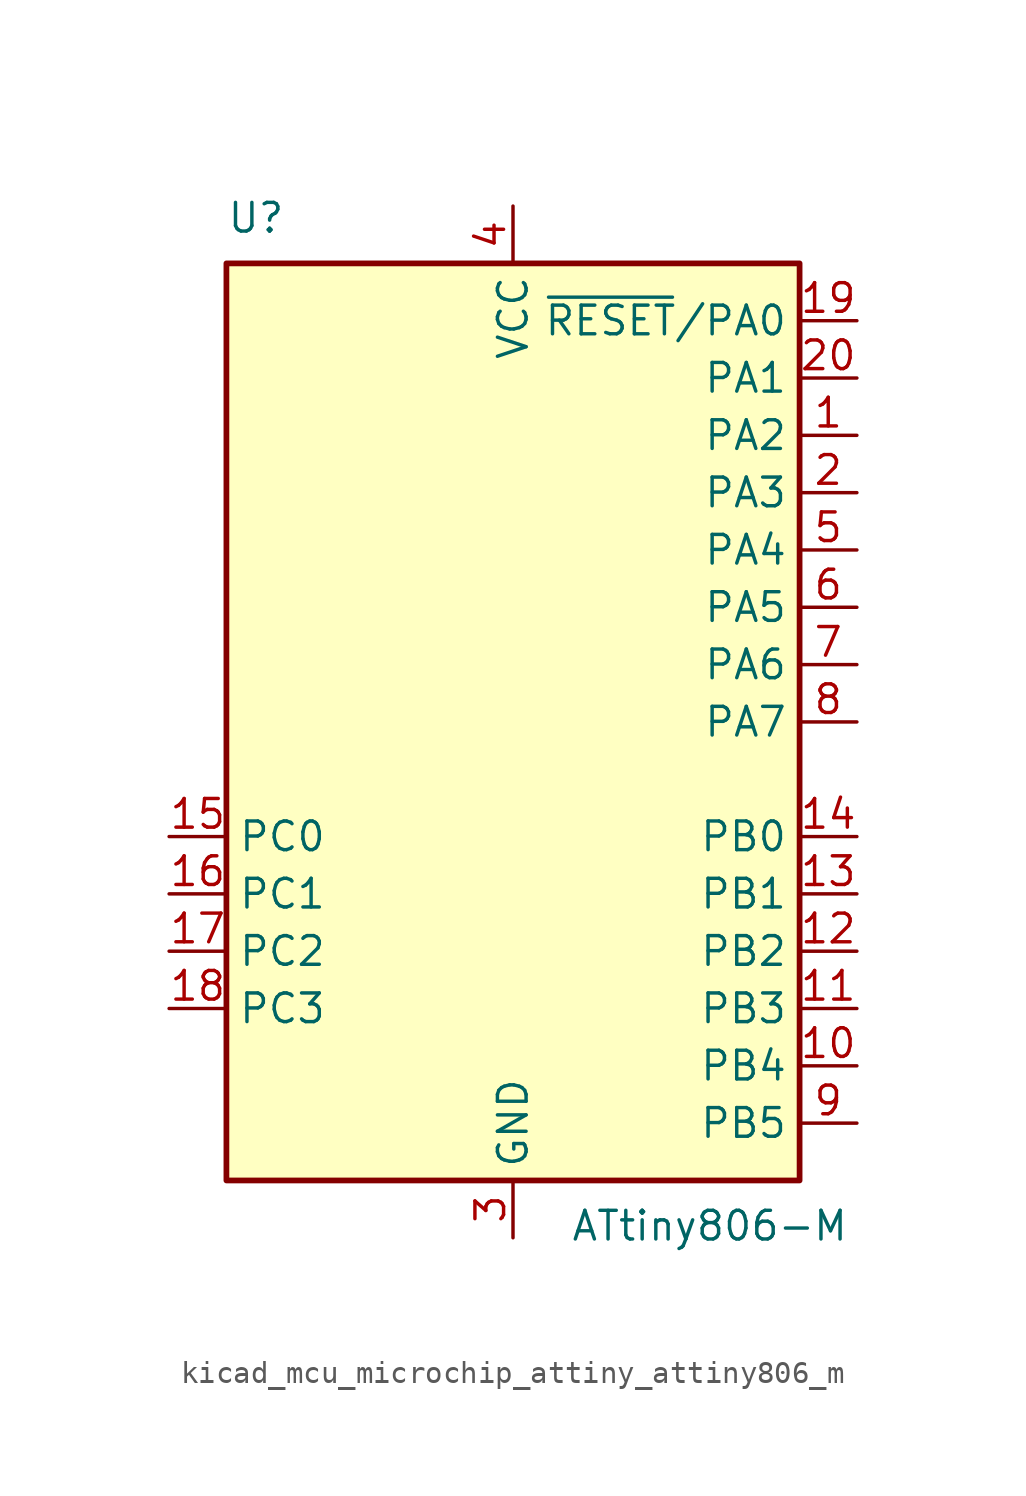
<source format=kicad_sym>
(kicad_symbol_lib
  (version 20220914)
  (generator kicad_symbol_editor)
  (symbol "kicad_mcu_microchip_attiny_attiny806_m"
    (property "Reference" "U"
      (at -12.7 21.59 0)
      (effects (font (size 1.27 1.27)) (justify left bottom)))
    (property "Value" "ATtiny806-M"
      (at 2.54 -21.59 0)
      (effects (font (size 1.27 1.27)) (justify left top)))
    (symbol "kicad_mcu_microchip_attiny_attiny806_m_0_1"
      (rectangle (start -12.7 -20.32) (end 12.7 20.32) (stroke (width 0.254) (type default)) (fill (type background))))
    (symbol "kicad_mcu_microchip_attiny_attiny806_m_1_1"
      (pin bidirectional line (at 15.24 12.7 180) (length 2.54) (name "PA2" (effects (font (size 1.27 1.27)))) (number "1" (effects (font (size 1.27 1.27)))))
      (pin bidirectional line (at 15.24 -15.24 180) (length 2.54) (name "PB4" (effects (font (size 1.27 1.27)))) (number "10" (effects (font (size 1.27 1.27)))))
      (pin bidirectional line (at 15.24 -12.7 180) (length 2.54) (name "PB3" (effects (font (size 1.27 1.27)))) (number "11" (effects (font (size 1.27 1.27)))))
      (pin bidirectional line (at 15.24 -10.16 180) (length 2.54) (name "PB2" (effects (font (size 1.27 1.27)))) (number "12" (effects (font (size 1.27 1.27)))))
      (pin bidirectional line (at 15.24 -7.62 180) (length 2.54) (name "PB1" (effects (font (size 1.27 1.27)))) (number "13" (effects (font (size 1.27 1.27)))))
      (pin bidirectional line (at 15.24 -5.08 180) (length 2.54) (name "PB0" (effects (font (size 1.27 1.27)))) (number "14" (effects (font (size 1.27 1.27)))))
      (pin bidirectional line (at -15.24 -5.08 0) (length 2.54) (name "PC0" (effects (font (size 1.27 1.27)))) (number "15" (effects (font (size 1.27 1.27)))))
      (pin bidirectional line (at -15.24 -7.62 0) (length 2.54) (name "PC1" (effects (font (size 1.27 1.27)))) (number "16" (effects (font (size 1.27 1.27)))))
      (pin bidirectional line (at -15.24 -10.16 0) (length 2.54) (name "PC2" (effects (font (size 1.27 1.27)))) (number "17" (effects (font (size 1.27 1.27)))))
      (pin bidirectional line (at -15.24 -12.7 0) (length 2.54) (name "PC3" (effects (font (size 1.27 1.27)))) (number "18" (effects (font (size 1.27 1.27)))))
      (pin bidirectional line (at 15.24 17.78 180) (length 2.54) (name "~{RESET}/PA0" (effects (font (size 1.27 1.27)))) (number "19" (effects (font (size 1.27 1.27)))))
      (pin bidirectional line (at 15.24 10.16 180) (length 2.54) (name "PA3" (effects (font (size 1.27 1.27)))) (number "2" (effects (font (size 1.27 1.27)))))
      (pin bidirectional line (at 15.24 15.24 180) (length 2.54) (name "PA1" (effects (font (size 1.27 1.27)))) (number "20" (effects (font (size 1.27 1.27)))))
      (pin passive line (at 0 -22.86 90) (length 2.54) hide (name "GND" (effects (font (size 1.27 1.27)))) (number "21" (effects (font (size 1.27 1.27)))))
      (pin power_in line (at 0 -22.86 90) (length 2.54) (name "GND" (effects (font (size 1.27 1.27)))) (number "3" (effects (font (size 1.27 1.27)))))
      (pin power_in line (at 0 22.86 270) (length 2.54) (name "VCC" (effects (font (size 1.27 1.27)))) (number "4" (effects (font (size 1.27 1.27)))))
      (pin bidirectional line (at 15.24 7.62 180) (length 2.54) (name "PA4" (effects (font (size 1.27 1.27)))) (number "5" (effects (font (size 1.27 1.27)))))
      (pin bidirectional line (at 15.24 5.08 180) (length 2.54) (name "PA5" (effects (font (size 1.27 1.27)))) (number "6" (effects (font (size 1.27 1.27)))))
      (pin bidirectional line (at 15.24 2.54 180) (length 2.54) (name "PA6" (effects (font (size 1.27 1.27)))) (number "7" (effects (font (size 1.27 1.27)))))
      (pin bidirectional line (at 15.24 0 180) (length 2.54) (name "PA7" (effects (font (size 1.27 1.27)))) (number "8" (effects (font (size 1.27 1.27)))))
      (pin bidirectional line (at 15.24 -17.78 180) (length 2.54) (name "PB5" (effects (font (size 1.27 1.27)))) (number "9" (effects (font (size 1.27 1.27))))))))
</source>
